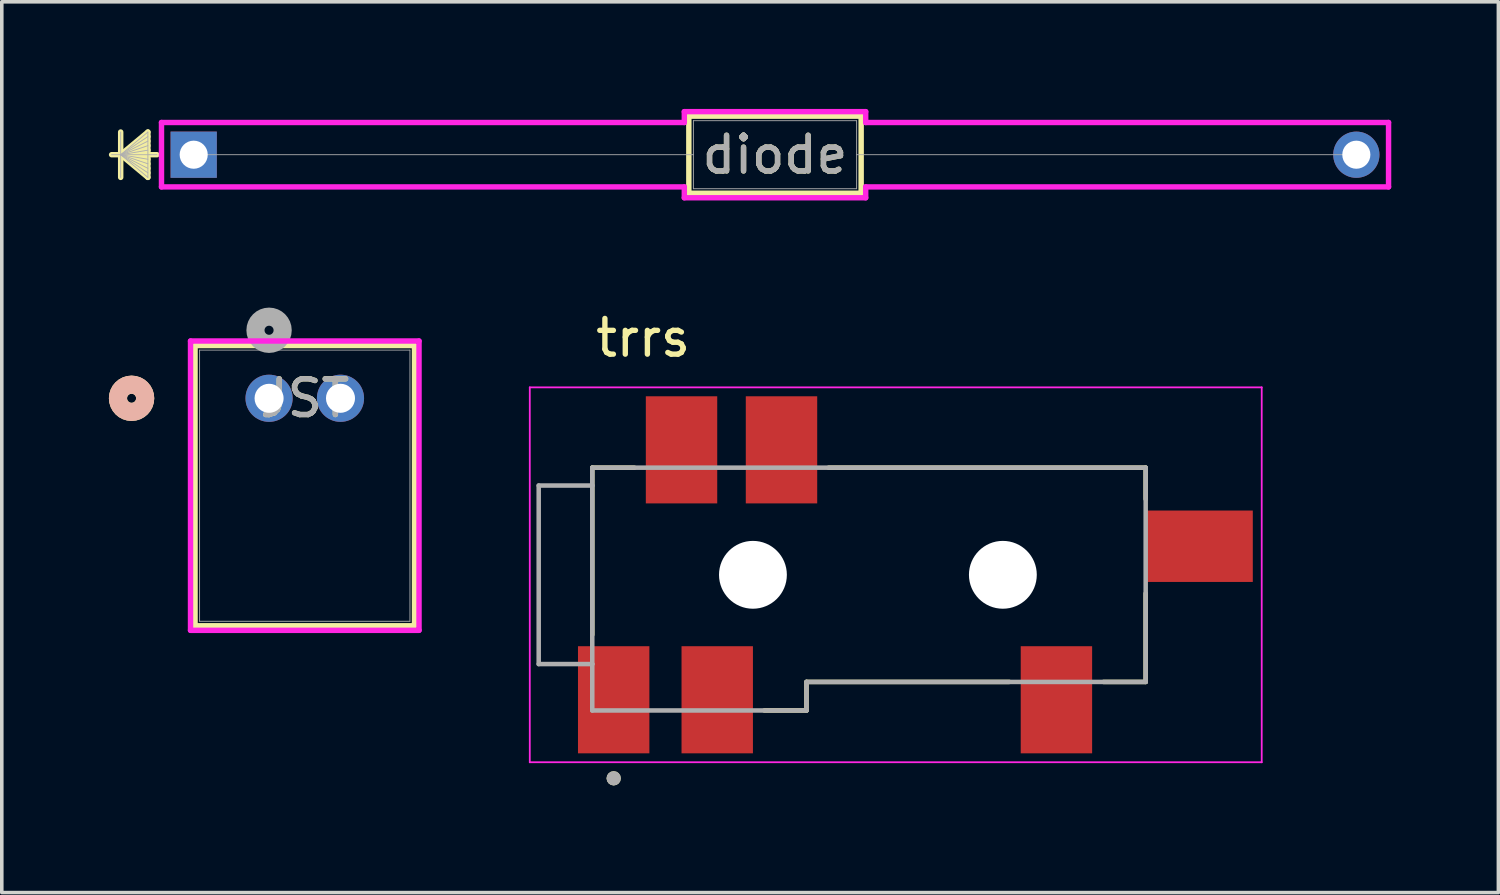
<source format=kicad_pcb>
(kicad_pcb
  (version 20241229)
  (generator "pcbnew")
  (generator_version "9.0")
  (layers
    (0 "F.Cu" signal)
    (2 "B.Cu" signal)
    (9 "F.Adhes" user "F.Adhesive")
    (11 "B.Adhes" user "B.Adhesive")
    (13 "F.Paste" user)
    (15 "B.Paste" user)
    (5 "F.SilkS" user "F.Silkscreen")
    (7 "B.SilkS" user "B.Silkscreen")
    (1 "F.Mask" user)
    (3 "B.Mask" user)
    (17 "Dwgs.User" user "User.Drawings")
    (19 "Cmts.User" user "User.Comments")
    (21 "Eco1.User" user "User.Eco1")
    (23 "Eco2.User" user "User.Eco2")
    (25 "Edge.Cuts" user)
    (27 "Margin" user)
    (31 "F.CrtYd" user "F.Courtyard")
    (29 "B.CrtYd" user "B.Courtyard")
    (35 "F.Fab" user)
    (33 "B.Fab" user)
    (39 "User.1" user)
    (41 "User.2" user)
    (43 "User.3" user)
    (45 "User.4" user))
  (footprint "diode"
    (layer "F.Cu")
    (at 2.375 1.283)
    (property "Reference" "diode" (at 16.281 0 0) (unlocked yes) (layer "F.SilkS") (effects (font (size 1 1) (thickness 0.15))))
    (attr through_hole)
    (fp_line (start -2.045 -0.635) (end -2.045 0.635) (stroke (width 0.152) (type solid)) (layer "F.SilkS"))
    (fp_line (start -2.045 0) (end -1.283 -0.635) (stroke (width 0.152) (type solid)) (layer "F.SilkS"))
    (fp_line (start -2.045 0) (end -1.283 -0.508) (stroke (width 0.152) (type solid)) (layer "F.SilkS"))
    (fp_line (start -2.045 0) (end -1.283 -0.381) (stroke (width 0.152) (type solid)) (layer "F.SilkS"))
    (fp_line (start -2.045 0) (end -1.283 -0.254) (stroke (width 0.152) (type solid)) (layer "F.SilkS"))
    (fp_line (start -2.045 0) (end -1.283 -0.127) (stroke (width 0.152) (type solid)) (layer "F.SilkS"))
    (fp_line (start -2.045 0) (end -1.283 0.127) (stroke (width 0.152) (type solid)) (layer "F.SilkS"))
    (fp_line (start -2.045 0) (end -1.283 0.254) (stroke (width 0.152) (type solid)) (layer "F.SilkS"))
    (fp_line (start -2.045 0) (end -1.283 0.381) (stroke (width 0.152) (type solid)) (layer "F.SilkS"))
    (fp_line (start -2.045 0) (end -1.283 0.508) (stroke (width 0.152) (type solid)) (layer "F.SilkS"))
    (fp_line (start -2.045 0) (end -1.283 0.635) (stroke (width 0.152) (type solid)) (layer "F.SilkS"))
    (fp_line (start -1.283 -0.635) (end -1.283 0.635) (stroke (width 0.152) (type solid)) (layer "F.SilkS"))
    (fp_line (start -1.029 0) (end -2.299 0) (stroke (width 0.152) (type solid)) (layer "F.SilkS"))
    (fp_line (start 13.868 -1.079) (end 13.868 1.079) (stroke (width 0.152) (type solid)) (layer "F.SilkS"))
    (fp_line (start 13.868 1.079) (end 18.694 1.079) (stroke (width 0.152) (type solid)) (layer "F.SilkS"))
    (fp_line (start 18.694 -1.079) (end 13.868 -1.079) (stroke (width 0.152) (type solid)) (layer "F.SilkS"))
    (fp_line (start 18.694 1.079) (end 18.694 -1.079) (stroke (width 0.152) (type solid)) (layer "F.SilkS"))
    (fp_line (start -0.902 -0.902) (end 13.741 -0.902) (stroke (width 0.152) (type solid)) (layer "F.CrtYd"))
    (fp_line (start -0.902 0.902) (end -0.902 -0.902) (stroke (width 0.152) (type solid)) (layer "F.CrtYd"))
    (fp_line (start 13.741 -1.206) (end 18.821 -1.206) (stroke (width 0.152) (type solid)) (layer "F.CrtYd"))
    (fp_line (start 13.741 -0.902) (end 13.741 -1.206) (stroke (width 0.152) (type solid)) (layer "F.CrtYd"))
    (fp_line (start 13.741 0.902) (end -0.902 0.902) (stroke (width 0.152) (type solid)) (layer "F.CrtYd"))
    (fp_line (start 13.741 1.206) (end 13.741 0.902) (stroke (width 0.152) (type solid)) (layer "F.CrtYd"))
    (fp_line (start 18.821 -1.206) (end 18.821 -0.902) (stroke (width 0.152) (type solid)) (layer "F.CrtYd"))
    (fp_line (start 18.821 -0.902) (end 33.465 -0.902) (stroke (width 0.152) (type solid)) (layer "F.CrtYd"))
    (fp_line (start 18.821 0.902) (end 18.821 1.206) (stroke (width 0.152) (type solid)) (layer "F.CrtYd"))
    (fp_line (start 18.821 1.206) (end 13.741 1.206) (stroke (width 0.152) (type solid)) (layer "F.CrtYd"))
    (fp_line (start 33.465 -0.902) (end 33.465 0.902) (stroke (width 0.152) (type solid)) (layer "F.CrtYd"))
    (fp_line (start 33.465 0.902) (end 18.821 0.902) (stroke (width 0.152) (type solid)) (layer "F.CrtYd"))
    (fp_line (start -2.045 -0.635) (end -2.045 0.635) (stroke (width 0.025) (type solid)) (layer "F.Fab"))
    (fp_line (start -2.045 0) (end -1.283 -0.635) (stroke (width 0.025) (type solid)) (layer "F.Fab"))
    (fp_line (start -2.045 0) (end -1.283 -0.508) (stroke (width 0.025) (type solid)) (layer "F.Fab"))
    (fp_line (start -2.045 0) (end -1.283 -0.381) (stroke (width 0.025) (type solid)) (layer "F.Fab"))
    (fp_line (start -2.045 0) (end -1.283 -0.254) (stroke (width 0.025) (type solid)) (layer "F.Fab"))
    (fp_line (start -2.045 0) (end -1.283 -0.127) (stroke (width 0.025) (type solid)) (layer "F.Fab"))
    (fp_line (start -2.045 0) (end -1.283 0.127) (stroke (width 0.025) (type solid)) (layer "F.Fab"))
    (fp_line (start -2.045 0) (end -1.283 0.254) (stroke (width 0.025) (type solid)) (layer "F.Fab"))
    (fp_line (start -2.045 0) (end -1.283 0.381) (stroke (width 0.025) (type solid)) (layer "F.Fab"))
    (fp_line (start -2.045 0) (end -1.283 0.508) (stroke (width 0.025) (type solid)) (layer "F.Fab"))
    (fp_line (start -2.045 0) (end -1.283 0.635) (stroke (width 0.025) (type solid)) (layer "F.Fab"))
    (fp_line (start -1.283 -0.635) (end -1.283 0.635) (stroke (width 0.025) (type solid)) (layer "F.Fab"))
    (fp_line (start -1.029 0) (end -2.299 0) (stroke (width 0.025) (type solid)) (layer "F.Fab"))
    (fp_line (start 0 0) (end 13.995 0) (stroke (width 0.025) (type solid)) (layer "F.Fab"))
    (fp_line (start 13.995 -0.953) (end 13.995 0.953) (stroke (width 0.025) (type solid)) (layer "F.Fab"))
    (fp_line (start 13.995 0.953) (end 18.567 0.953) (stroke (width 0.025) (type solid)) (layer "F.Fab"))
    (fp_line (start 18.567 -0.953) (end 13.995 -0.953) (stroke (width 0.025) (type solid)) (layer "F.Fab"))
    (fp_line (start 18.567 0.953) (end 18.567 -0.953) (stroke (width 0.025) (type solid)) (layer "F.Fab"))
    (fp_line (start 32.563 0) (end 18.567 0) (stroke (width 0.025) (type solid)) (layer "F.Fab"))
    (fp_text user "${REFERENCE}" (at 16.281 0 0) (unlocked yes) (layer "F.Fab") (effects (font (size 1 1) (thickness 0.15))))
    (pad "1" thru_hole rect (at 0 0) (size 1.295 1.295) (drill 0.787) (layers "*.Cu" "*.Mask"))
    (pad "2" thru_hole circle (at 32.563 0) (size 1.295 1.295) (drill 0.787) (layers "*.Cu" "*.Mask")))
  (footprint "trrs"
    (layer "F.Cu")
    (at 14.138 16.549)
    (property "Reference" "trrs" (at 0.825 -10.135 0) (layer "F.SilkS") (effects (font (size 1 1) (thickness 0.15))))
    (attr smd)
    (fp_line (start -0.6 -6.5) (end -0.6 -1.82) (stroke (width 0.127) (type solid)) (layer "F.SilkS"))
    (fp_line (start 0.58 -6.5) (end -0.6 -6.5) (stroke (width 0.127) (type solid)) (layer "F.SilkS"))
    (fp_line (start 4.22 0.3) (end 5.4 0.3) (stroke (width 0.127) (type solid)) (layer "F.SilkS"))
    (fp_line (start 5.4 -0.5) (end 11.08 -0.5) (stroke (width 0.127) (type solid)) (layer "F.SilkS"))
    (fp_line (start 5.4 0.3) (end 5.4 -0.5) (stroke (width 0.127) (type solid)) (layer "F.SilkS"))
    (fp_line (start 13.72 -0.5) (end 14.9 -0.5) (stroke (width 0.127) (type solid)) (layer "F.SilkS"))
    (fp_line (start 14.9 -6.5) (end 6.02 -6.5) (stroke (width 0.127) (type solid)) (layer "F.SilkS"))
    (fp_line (start 14.9 -5.62) (end 14.9 -6.5) (stroke (width 0.127) (type solid)) (layer "F.SilkS"))
    (fp_line (start 14.9 -0.5) (end 14.9 -2.98) (stroke (width 0.127) (type solid)) (layer "F.SilkS"))
    (fp_circle (center 0 2.2) (end 0.1 2.2) (stroke (width 0.2) (type solid)) (fill no) (layer "F.SilkS"))
    (fp_line (start -2.35 -8.75) (end -2.35 1.75) (stroke (width 0.05) (type solid)) (layer "F.CrtYd"))
    (fp_line (start -2.35 1.75) (end 18.15 1.75) (stroke (width 0.05) (type solid)) (layer "F.CrtYd"))
    (fp_line (start 18.15 -8.75) (end -2.35 -8.75) (stroke (width 0.05) (type solid)) (layer "F.CrtYd"))
    (fp_line (start 18.15 1.75) (end 18.15 -8.75) (stroke (width 0.05) (type solid)) (layer "F.CrtYd"))
    (fp_line (start -2.1 -6) (end -2.1 -1) (stroke (width 0.127) (type solid)) (layer "F.Fab"))
    (fp_line (start -2.1 -1) (end -0.6 -1) (stroke (width 0.127) (type solid)) (layer "F.Fab"))
    (fp_line (start -0.6 -6.5) (end -0.6 -6) (stroke (width 0.127) (type solid)) (layer "F.Fab"))
    (fp_line (start -0.6 -6) (end -2.1 -6) (stroke (width 0.127) (type solid)) (layer "F.Fab"))
    (fp_line (start -0.6 -6) (end -0.6 -1) (stroke (width 0.127) (type solid)) (layer "F.Fab"))
    (fp_line (start -0.6 -1) (end -0.6 0.3) (stroke (width 0.127) (type solid)) (layer "F.Fab"))
    (fp_line (start -0.6 0.3) (end 5.4 0.3) (stroke (width 0.127) (type solid)) (layer "F.Fab"))
    (fp_line (start 5.4 -0.5) (end 14.9 -0.5) (stroke (width 0.127) (type solid)) (layer "F.Fab"))
    (fp_line (start 5.4 0.3) (end 5.4 -0.5) (stroke (width 0.127) (type solid)) (layer "F.Fab"))
    (fp_line (start 14.9 -6.5) (end -0.6 -6.5) (stroke (width 0.127) (type solid)) (layer "F.Fab"))
    (fp_line (start 14.9 -0.5) (end 14.9 -6.5) (stroke (width 0.127) (type solid)) (layer "F.Fab"))
    (fp_circle (center 0 2.2) (end 0.1 2.2) (stroke (width 0.2) (type solid)) (fill no) (layer "F.Fab"))
    (pad "" np_thru_hole circle (at 3.9 -3.5) (size 1.9 1.9) (drill 1.9) (layers "*.Cu" "*.Mask"))
    (pad "" np_thru_hole circle (at 10.9 -3.5) (size 1.9 1.9) (drill 1.9) (layers "*.Cu" "*.Mask"))
    (pad "1" smd rect (at 0 0) (size 2 3) (layers "F.Cu" "F.Mask" "F.Paste"))
    (pad "2" smd rect (at 12.4 0) (size 2 3) (layers "F.Cu" "F.Mask" "F.Paste"))
    (pad "3" smd rect (at 4.7 -7) (size 2 3) (layers "F.Cu" "F.Mask" "F.Paste"))
    (pad "4" smd rect (at 2.9 0) (size 2 3) (layers "F.Cu" "F.Mask" "F.Paste"))
    (pad "5" smd rect (at 16.4 -4.3) (size 3 2) (layers "F.Cu" "F.Mask" "F.Paste"))
    (pad "6" smd rect (at 1.9 -7) (size 2 3) (layers "F.Cu" "F.Mask" "F.Paste")))
  (footprint "JST"
    (layer "F.Cu")
    (at 4.486 8.105)
    (property "Reference" "JST" (at 1 0 0) (unlocked yes) (layer "F.SilkS") (effects (font (size 1 1) (thickness 0.15))))
    (attr through_hole)
    (fp_line (start -2.073 -1.477) (end -2.073 6.372) (stroke (width 0.152) (type solid)) (layer "F.SilkS"))
    (fp_line (start -2.073 6.372) (end 4.073 6.372) (stroke (width 0.152) (type solid)) (layer "F.SilkS"))
    (fp_line (start 4.073 -1.477) (end -2.073 -1.477) (stroke (width 0.152) (type solid)) (layer "F.SilkS"))
    (fp_line (start 4.073 6.372) (end 4.073 -1.477) (stroke (width 0.152) (type solid)) (layer "F.SilkS"))
    (fp_circle (center -3.851 0) (end -3.47 0) (stroke (width 0.508) (type solid)) (fill no) (layer "F.SilkS"))
    (fp_circle (center -3.851 0) (end -3.47 0) (stroke (width 0.508) (type solid)) (fill no) (layer "B.SilkS"))
    (fp_line (start -2.2 -1.604) (end -2.2 6.499) (stroke (width 0.152) (type solid)) (layer "F.CrtYd"))
    (fp_line (start -2.2 6.499) (end 4.2 6.499) (stroke (width 0.152) (type solid)) (layer "F.CrtYd"))
    (fp_line (start 4.2 -1.604) (end -2.2 -1.604) (stroke (width 0.152) (type solid)) (layer "F.CrtYd"))
    (fp_line (start 4.2 6.499) (end 4.2 -1.604) (stroke (width 0.152) (type solid)) (layer "F.CrtYd"))
    (fp_line (start -1.946 -1.35) (end -1.946 6.245) (stroke (width 0.025) (type solid)) (layer "F.Fab"))
    (fp_line (start -1.946 6.245) (end 3.946 6.245) (stroke (width 0.025) (type solid)) (layer "F.Fab"))
    (fp_line (start 3.946 -1.35) (end -1.946 -1.35) (stroke (width 0.025) (type solid)) (layer "F.Fab"))
    (fp_line (start 3.946 6.245) (end 3.946 -1.35) (stroke (width 0.025) (type solid)) (layer "F.Fab"))
    (fp_circle (center 0 -1.905) (end 0.381 -1.905) (stroke (width 0.508) (type solid)) (fill no) (layer "F.Fab"))
    (fp_text user "${REFERENCE}" (at 1 0 0) (unlocked yes) (layer "F.Fab") (effects (font (size 1 1) (thickness 0.15))))
    (pad "1" thru_hole circle (at 0 0) (size 1.321 1.321) (drill 0.813) (layers "*.Cu" "*.Mask"))
    (pad "2" thru_hole circle (at 2 0) (size 1.321 1.321) (drill 0.813) (layers "*.Cu" "*.Mask")))
  (gr_rect
    (start -3 -3)
    (end 38.916 21.949)
    (stroke (width 0.1) (type default))
    (fill no)
    (layer "Edge.Cuts")))
</source>
